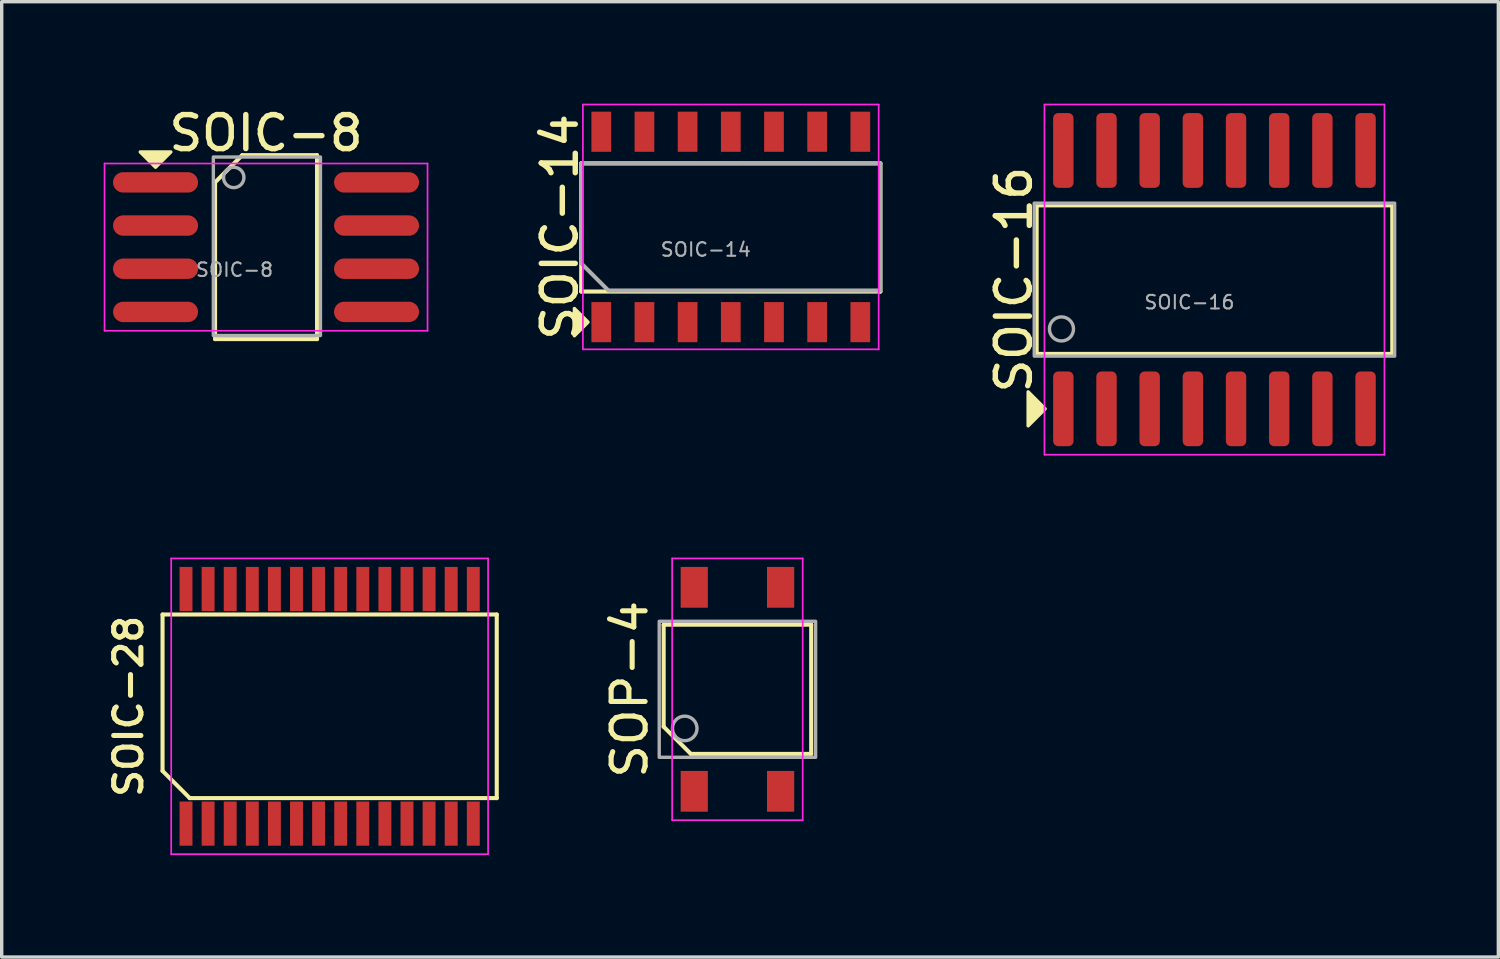
<source format=kicad_pcb>
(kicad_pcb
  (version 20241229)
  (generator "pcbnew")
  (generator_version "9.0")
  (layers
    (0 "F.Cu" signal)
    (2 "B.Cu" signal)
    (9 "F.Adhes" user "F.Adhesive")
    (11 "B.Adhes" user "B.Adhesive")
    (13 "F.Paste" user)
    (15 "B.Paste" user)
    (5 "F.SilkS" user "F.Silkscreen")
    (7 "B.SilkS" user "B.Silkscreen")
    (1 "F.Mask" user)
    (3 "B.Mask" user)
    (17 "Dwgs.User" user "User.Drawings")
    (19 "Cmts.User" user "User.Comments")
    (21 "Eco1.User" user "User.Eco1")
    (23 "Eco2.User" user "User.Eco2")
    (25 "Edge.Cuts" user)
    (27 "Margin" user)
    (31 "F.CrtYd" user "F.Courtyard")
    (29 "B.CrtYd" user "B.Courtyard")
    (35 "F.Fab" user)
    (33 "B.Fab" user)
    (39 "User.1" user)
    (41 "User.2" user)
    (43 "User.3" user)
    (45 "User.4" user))
  (footprint "SOIC-14"
    (layer "F.Cu")
    (at 18.445 3.625)
    (property "Reference" "SOIC-14" (at -5.029 0 90) (layer "F.SilkS") (effects (font (size 1 1) (thickness 0.16))))
    (attr smd)
    (fp_line (start -4.4 -1.87) (end 4.4 -1.87) (stroke (width 0.12) (type default)) (layer "F.SilkS"))
    (fp_line (start -4.4 1.9) (end -4.4 -1.87) (stroke (width 0.12) (type default)) (layer "F.SilkS"))
    (fp_line (start 4.4 -1.87) (end 4.4 1.9) (stroke (width 0.12) (type default)) (layer "F.SilkS"))
    (fp_line (start 4.4 1.9) (end -4.4 1.9) (stroke (width 0.12) (type default)) (layer "F.SilkS"))
    (fp_poly (pts (xy -4.2 2.8) (xy -4.6 2.4) (xy -4.6 3.2)) (stroke (width 0.1) (type solid)) (fill yes) (layer "F.SilkS"))
    (fp_line (start -4.35 -3.6) (end 4.35 -3.6) (stroke (width 0.05) (type default)) (layer "F.CrtYd"))
    (fp_line (start -4.35 3.6) (end -4.35 -3.6) (stroke (width 0.05) (type default)) (layer "F.CrtYd"))
    (fp_line (start 4.35 -3.6) (end 4.35 3.6) (stroke (width 0.05) (type default)) (layer "F.CrtYd"))
    (fp_line (start 4.35 3.6) (end -4.35 3.6) (stroke (width 0.05) (type default)) (layer "F.CrtYd"))
    (fp_poly (pts (xy -4.4 -1.87) (xy -4.4 1.07) (xy -3.6 1.87) (xy 4.4 1.87) (xy 4.4 -1.87)) (stroke (width 0.12) (type solid)) (fill no) (layer "F.Fab"))
    (fp_text user "${REFERENCE}" (at -2.1 0.9 0) (unlocked yes) (layer "F.Fab") (effects (font (size 0.4 0.4) (thickness 0.06)) (justify left bottom)))
    (pad "1" smd rect (at -3.81 2.8) (size 0.58 1.18) (layers "F.Cu" "F.Mask" "F.Paste"))
    (pad "2" smd rect (at -2.54 2.8) (size 0.58 1.18) (layers "F.Cu" "F.Mask" "F.Paste"))
    (pad "3" smd rect (at -1.27 2.8) (size 0.58 1.18) (layers "F.Cu" "F.Mask" "F.Paste"))
    (pad "4" smd rect (at 0 2.8) (size 0.58 1.18) (layers "F.Cu" "F.Mask" "F.Paste"))
    (pad "5" smd rect (at 1.27 2.8) (size 0.58 1.18) (layers "F.Cu" "F.Mask" "F.Paste"))
    (pad "6" smd rect (at 2.54 2.8) (size 0.58 1.18) (layers "F.Cu" "F.Mask" "F.Paste"))
    (pad "7" smd rect (at 3.81 2.8) (size 0.58 1.18) (layers "F.Cu" "F.Mask" "F.Paste"))
    (pad "8" smd rect (at 3.81 -2.8) (size 0.58 1.18) (layers "F.Cu" "F.Mask" "F.Paste"))
    (pad "9" smd rect (at 2.54 -2.8) (size 0.58 1.18) (layers "F.Cu" "F.Mask" "F.Paste"))
    (pad "10" smd rect (at 1.27 -2.8) (size 0.58 1.18) (layers "F.Cu" "F.Mask" "F.Paste"))
    (pad "11" smd rect (at 0 -2.8) (size 0.58 1.18) (layers "F.Cu" "F.Mask" "F.Paste"))
    (pad "12" smd rect (at -1.27 -2.8) (size 0.58 1.18) (layers "F.Cu" "F.Mask" "F.Paste"))
    (pad "13" smd rect (at -2.54 -2.8) (size 0.58 1.18) (layers "F.Cu" "F.Mask" "F.Paste"))
    (pad "14" smd rect (at -3.81 -2.8) (size 0.58 1.18) (layers "F.Cu" "F.Mask" "F.Paste")))
  (footprint "SOIC-8"
    (layer "F.Cu")
    (at 4.775 4.219)
    (property "Reference" "SOIC-8" (at 0 -3.353 0) (layer "F.SilkS") (effects (font (size 1 1) (thickness 0.16))))
    (attr smd)
    (fp_line (start -1.5 -1.905) (end -0.7 -2.705) (stroke (width 0.12) (type default)) (layer "F.SilkS"))
    (fp_line (start -1.5 2.705) (end -1.5 -1.905) (stroke (width 0.12) (type default)) (layer "F.SilkS"))
    (fp_line (start -0.7 -2.705) (end 1.5 -2.705) (stroke (width 0.12) (type default)) (layer "F.SilkS"))
    (fp_line (start 1.5 -2.705) (end 1.5 2.705) (stroke (width 0.12) (type default)) (layer "F.SilkS"))
    (fp_line (start 1.5 2.705) (end -1.5 2.705) (stroke (width 0.12) (type default)) (layer "F.SilkS"))
    (fp_poly (pts (xy -3.25 -2.35) (xy -2.8 -2.8) (xy -3.7 -2.8)) (stroke (width 0.1) (type solid)) (fill yes) (layer "F.SilkS"))
    (fp_line (start -4.75 -2.46) (end 4.75 -2.46) (stroke (width 0.05) (type default)) (layer "F.CrtYd"))
    (fp_line (start -4.75 2.46) (end -4.75 -2.46) (stroke (width 0.05) (type default)) (layer "F.CrtYd"))
    (fp_line (start 4.75 -2.46) (end 4.75 2.46) (stroke (width 0.05) (type default)) (layer "F.CrtYd"))
    (fp_line (start 4.75 2.46) (end -4.75 2.46) (stroke (width 0.05) (type default)) (layer "F.CrtYd"))
    (fp_rect (start -1.55 -2.65) (end 1.6 2.6) (stroke (width 0.1) (type default)) (fill no) (layer "F.Fab"))
    (fp_circle (center -0.95 -2.05) (end -0.65 -2.05) (stroke (width 0.1) (type solid)) (fill no) (layer "F.Fab"))
    (fp_text user "${REFERENCE}" (at -2.1 0.9 0) (unlocked yes) (layer "F.Fab") (effects (font (size 0.4 0.4) (thickness 0.06)) (justify left bottom)))
    (pad "1" smd oval (at -3.25 -1.905 270) (size 0.6 2.5) (layers "F.Cu" "F.Mask" "F.Paste"))
    (pad "2" smd oval (at -3.25 -0.635 270) (size 0.6 2.5) (layers "F.Cu" "F.Mask" "F.Paste"))
    (pad "3" smd oval (at -3.25 0.635 270) (size 0.6 2.5) (layers "F.Cu" "F.Mask" "F.Paste"))
    (pad "4" smd oval (at -3.25 1.905 270) (size 0.6 2.5) (layers "F.Cu" "F.Mask" "F.Paste"))
    (pad "5" smd oval (at 3.25 1.905 270) (size 0.6 2.5) (layers "F.Cu" "F.Mask" "F.Paste"))
    (pad "6" smd oval (at 3.25 0.635 270) (size 0.6 2.5) (layers "F.Cu" "F.Mask" "F.Paste"))
    (pad "7" smd oval (at 3.25 -0.635 270) (size 0.6 2.5) (layers "F.Cu" "F.Mask" "F.Paste"))
    (pad "8" smd oval (at 3.25 -1.905 270) (size 0.6 2.5) (layers "F.Cu" "F.Mask" "F.Paste")))
  (footprint "SOP-4"
    (layer "F.Cu")
    (at 18.64 17.225)
    (property "Reference" "SOP-4" (at -3.17 0 90) (layer "F.SilkS") (effects (font (size 1 1) (thickness 0.15))))
    (attr smd)
    (fp_line (start -2.17 -1.9) (end 2.17 -1.9) (stroke (width 0.12) (type default)) (layer "F.SilkS"))
    (fp_line (start -2.17 1.1) (end -2.17 -1.9) (stroke (width 0.12) (type default)) (layer "F.SilkS"))
    (fp_line (start -1.37 1.9) (end -2.17 1.1) (stroke (width 0.12) (type default)) (layer "F.SilkS"))
    (fp_line (start 2.17 -1.9) (end 2.17 1.9) (stroke (width 0.12) (type default)) (layer "F.SilkS"))
    (fp_line (start 2.17 1.9) (end -1.37 1.9) (stroke (width 0.12) (type default)) (layer "F.SilkS"))
    (fp_line (start -1.92 -3.85) (end 1.92 -3.85) (stroke (width 0.05) (type default)) (layer "F.CrtYd"))
    (fp_line (start -1.92 3.85) (end -1.92 -3.85) (stroke (width 0.05) (type default)) (layer "F.CrtYd"))
    (fp_line (start 1.92 -3.85) (end 1.92 3.85) (stroke (width 0.05) (type default)) (layer "F.CrtYd"))
    (fp_line (start 1.92 3.85) (end -1.92 3.85) (stroke (width 0.05) (type default)) (layer "F.CrtYd"))
    (fp_rect (start -2.3 -2) (end 2.3 2) (stroke (width 0.1) (type default)) (fill no) (layer "F.Fab"))
    (fp_circle (center -1.55 1.15) (end -1.189 1.15) (stroke (width 0.1) (type solid)) (fill no) (layer "F.Fab"))
    (pad "1" smd rect (at -1.27 3) (size 0.8 1.2) (layers "F.Cu" "F.Mask" "F.Paste"))
    (pad "2" smd rect (at 1.27 3) (size 0.8 1.2) (layers "F.Cu" "F.Mask" "F.Paste"))
    (pad "3" smd rect (at 1.27 -3) (size 0.8 1.2) (layers "F.Cu" "F.Mask" "F.Paste"))
    (pad "4" smd rect (at -1.27 -3) (size 0.8 1.2) (layers "F.Cu" "F.Mask" "F.Paste")))
  (footprint "SOIC-16"
    (layer "F.Cu")
    (at 32.671 5.175)
    (property "Reference" "SOIC-16" (at -5.9 0 90) (layer "F.SilkS") (effects (font (size 1 1) (thickness 0.16))))
    (attr smd)
    (fp_rect (start -5.245 -2.2) (end 5.245 2.2) (stroke (width 0.15) (type default)) (fill no) (layer "F.SilkS"))
    (fp_poly (pts (xy -4.98 3.8) (xy -5.48 3.3) (xy -5.48 4.3)) (stroke (width 0.1) (type solid)) (fill yes) (layer "F.SilkS"))
    (fp_line (start -5 -5.15) (end 5 -5.15) (stroke (width 0.05) (type default)) (layer "F.CrtYd"))
    (fp_line (start -5 5.15) (end -5 -5.15) (stroke (width 0.05) (type default)) (layer "F.CrtYd"))
    (fp_line (start 5 -5.15) (end 5 5.15) (stroke (width 0.05) (type default)) (layer "F.CrtYd"))
    (fp_line (start 5 5.15) (end -5 5.15) (stroke (width 0.05) (type default)) (layer "F.CrtYd"))
    (fp_rect (start -5.3 -2.25) (end 5.3 2.25) (stroke (width 0.1) (type default)) (fill no) (layer "F.Fab"))
    (fp_circle (center -4.5 1.45) (end -4.146 1.45) (stroke (width 0.1) (type solid)) (fill no) (layer "F.Fab"))
    (fp_text user "${REFERENCE}" (at -2.1 0.9 0) (unlocked yes) (layer "F.Fab") (effects (font (size 0.4 0.4) (thickness 0.06)) (justify left bottom)))
    (pad "1" smd roundrect (at -4.445 3.8) (size 0.6 2.2) (layers "F.Cu" "F.Mask" "F.Paste") (roundrect_rratio 0.25))
    (pad "2" smd roundrect (at -3.175 3.8) (size 0.6 2.2) (layers "F.Cu" "F.Mask" "F.Paste") (roundrect_rratio 0.25))
    (pad "3" smd roundrect (at -1.905 3.8) (size 0.6 2.2) (layers "F.Cu" "F.Mask" "F.Paste") (roundrect_rratio 0.25))
    (pad "4" smd roundrect (at -0.635 3.8) (size 0.6 2.2) (layers "F.Cu" "F.Mask" "F.Paste") (roundrect_rratio 0.25))
    (pad "5" smd roundrect (at 0.635 3.8) (size 0.6 2.2) (layers "F.Cu" "F.Mask" "F.Paste") (roundrect_rratio 0.25))
    (pad "6" smd roundrect (at 1.905 3.8) (size 0.6 2.2) (layers "F.Cu" "F.Mask" "F.Paste") (roundrect_rratio 0.25))
    (pad "7" smd roundrect (at 3.175 3.8) (size 0.6 2.2) (layers "F.Cu" "F.Mask" "F.Paste") (roundrect_rratio 0.25))
    (pad "8" smd roundrect (at 4.445 3.8) (size 0.6 2.2) (layers "F.Cu" "F.Mask" "F.Paste") (roundrect_rratio 0.25))
    (pad "9" smd roundrect (at 4.445 -3.8) (size 0.6 2.2) (layers "F.Cu" "F.Mask" "F.Paste") (roundrect_rratio 0.25))
    (pad "10" smd roundrect (at 3.175 -3.8) (size 0.6 2.2) (layers "F.Cu" "F.Mask" "F.Paste") (roundrect_rratio 0.25))
    (pad "11" smd roundrect (at 1.905 -3.8) (size 0.6 2.2) (layers "F.Cu" "F.Mask" "F.Paste") (roundrect_rratio 0.25))
    (pad "12" smd roundrect (at 0.635 -3.8) (size 0.6 2.2) (layers "F.Cu" "F.Mask" "F.Paste") (roundrect_rratio 0.25))
    (pad "13" smd roundrect (at -0.635 -3.8) (size 0.6 2.2) (layers "F.Cu" "F.Mask" "F.Paste") (roundrect_rratio 0.25))
    (pad "14" smd roundrect (at -1.905 -3.8) (size 0.6 2.2) (layers "F.Cu" "F.Mask" "F.Paste") (roundrect_rratio 0.25))
    (pad "15" smd roundrect (at -3.175 -3.8) (size 0.6 2.2) (layers "F.Cu" "F.Mask" "F.Paste") (roundrect_rratio 0.25))
    (pad "16" smd roundrect (at -4.445 -3.8) (size 0.6 2.2) (layers "F.Cu" "F.Mask" "F.Paste") (roundrect_rratio 0.25)))
  (footprint "SOIC-28"
    (layer "F.Cu")
    (at 6.646 17.725)
    (property "Reference" "SOIC-28" (at -5.915 0 90) (layer "F.SilkS") (effects (font (size 0.8 0.8) (thickness 0.15))))
    (attr smd)
    (fp_line (start -4.915 -2.7) (end 4.915 -2.7) (stroke (width 0.12) (type default)) (layer "F.SilkS"))
    (fp_line (start -4.915 1.9) (end -4.915 -2.7) (stroke (width 0.12) (type default)) (layer "F.SilkS"))
    (fp_line (start -4.115 2.7) (end -4.915 1.9) (stroke (width 0.12) (type default)) (layer "F.SilkS"))
    (fp_line (start 4.915 -2.7) (end 4.915 2.7) (stroke (width 0.12) (type default)) (layer "F.SilkS"))
    (fp_line (start 4.915 2.7) (end -4.115 2.7) (stroke (width 0.12) (type default)) (layer "F.SilkS"))
    (fp_line (start -4.66 -4.35) (end 4.66 -4.35) (stroke (width 0.05) (type default)) (layer "F.CrtYd"))
    (fp_line (start -4.66 4.35) (end -4.66 -4.35) (stroke (width 0.05) (type default)) (layer "F.CrtYd"))
    (fp_line (start 4.66 -4.35) (end 4.66 4.35) (stroke (width 0.05) (type default)) (layer "F.CrtYd"))
    (fp_line (start 4.66 4.35) (end -4.66 4.35) (stroke (width 0.05) (type default)) (layer "F.CrtYd"))
    (pad "1" smd rect (at -4.225 3.45) (size 0.38 1.3) (layers "F.Cu" "F.Mask" "F.Paste"))
    (pad "2" smd rect (at -3.575 3.45) (size 0.38 1.3) (layers "F.Cu" "F.Mask" "F.Paste"))
    (pad "3" smd rect (at -2.925 3.45) (size 0.38 1.3) (layers "F.Cu" "F.Mask" "F.Paste"))
    (pad "4" smd rect (at -2.275 3.45) (size 0.38 1.3) (layers "F.Cu" "F.Mask" "F.Paste"))
    (pad "5" smd rect (at -1.625 3.45) (size 0.38 1.3) (layers "F.Cu" "F.Mask" "F.Paste"))
    (pad "6" smd rect (at -0.975 3.45) (size 0.38 1.3) (layers "F.Cu" "F.Mask" "F.Paste"))
    (pad "7" smd rect (at -0.325 3.45) (size 0.38 1.3) (layers "F.Cu" "F.Mask" "F.Paste"))
    (pad "8" smd rect (at 0.325 3.45) (size 0.38 1.3) (layers "F.Cu" "F.Mask" "F.Paste"))
    (pad "9" smd rect (at 0.975 3.45) (size 0.38 1.3) (layers "F.Cu" "F.Mask" "F.Paste"))
    (pad "10" smd rect (at 1.625 3.45) (size 0.38 1.3) (layers "F.Cu" "F.Mask" "F.Paste"))
    (pad "11" smd rect (at 2.275 3.45) (size 0.38 1.3) (layers "F.Cu" "F.Mask" "F.Paste"))
    (pad "12" smd rect (at 2.925 3.45) (size 0.38 1.3) (layers "F.Cu" "F.Mask" "F.Paste"))
    (pad "13" smd rect (at 3.575 3.45) (size 0.38 1.3) (layers "F.Cu" "F.Mask" "F.Paste"))
    (pad "14" smd rect (at 4.225 3.45) (size 0.38 1.3) (layers "F.Cu" "F.Mask" "F.Paste"))
    (pad "15" smd rect (at 4.225 -3.45) (size 0.38 1.3) (layers "F.Cu" "F.Mask" "F.Paste"))
    (pad "16" smd rect (at 3.575 -3.45) (size 0.38 1.3) (layers "F.Cu" "F.Mask" "F.Paste"))
    (pad "17" smd rect (at 2.925 -3.45) (size 0.38 1.3) (layers "F.Cu" "F.Mask" "F.Paste"))
    (pad "18" smd rect (at 2.275 -3.45) (size 0.38 1.3) (layers "F.Cu" "F.Mask" "F.Paste"))
    (pad "19" smd rect (at 1.625 -3.45) (size 0.38 1.3) (layers "F.Cu" "F.Mask" "F.Paste"))
    (pad "20" smd rect (at 0.975 -3.45) (size 0.38 1.3) (layers "F.Cu" "F.Mask" "F.Paste"))
    (pad "21" smd rect (at 0.325 -3.45) (size 0.38 1.3) (layers "F.Cu" "F.Mask" "F.Paste"))
    (pad "22" smd rect (at -0.325 -3.45) (size 0.38 1.3) (layers "F.Cu" "F.Mask" "F.Paste"))
    (pad "23" smd rect (at -0.975 -3.45) (size 0.38 1.3) (layers "F.Cu" "F.Mask" "F.Paste"))
    (pad "24" smd rect (at -1.625 -3.45) (size 0.38 1.3) (layers "F.Cu" "F.Mask" "F.Paste"))
    (pad "25" smd rect (at -2.275 -3.45) (size 0.38 1.3) (layers "F.Cu" "F.Mask" "F.Paste"))
    (pad "26" smd rect (at -2.925 -3.45) (size 0.38 1.3) (layers "F.Cu" "F.Mask" "F.Paste"))
    (pad "27" smd rect (at -3.575 -3.45) (size 0.38 1.3) (layers "F.Cu" "F.Mask" "F.Paste"))
    (pad "28" smd rect (at -4.225 -3.45) (size 0.38 1.3) (layers "F.Cu" "F.Mask" "F.Paste")))
  (gr_rect
    (start -3 -3)
    (end 41.021 25.1)
    (stroke (width 0.1) (type default))
    (fill no)
    (layer "Edge.Cuts")))
</source>
